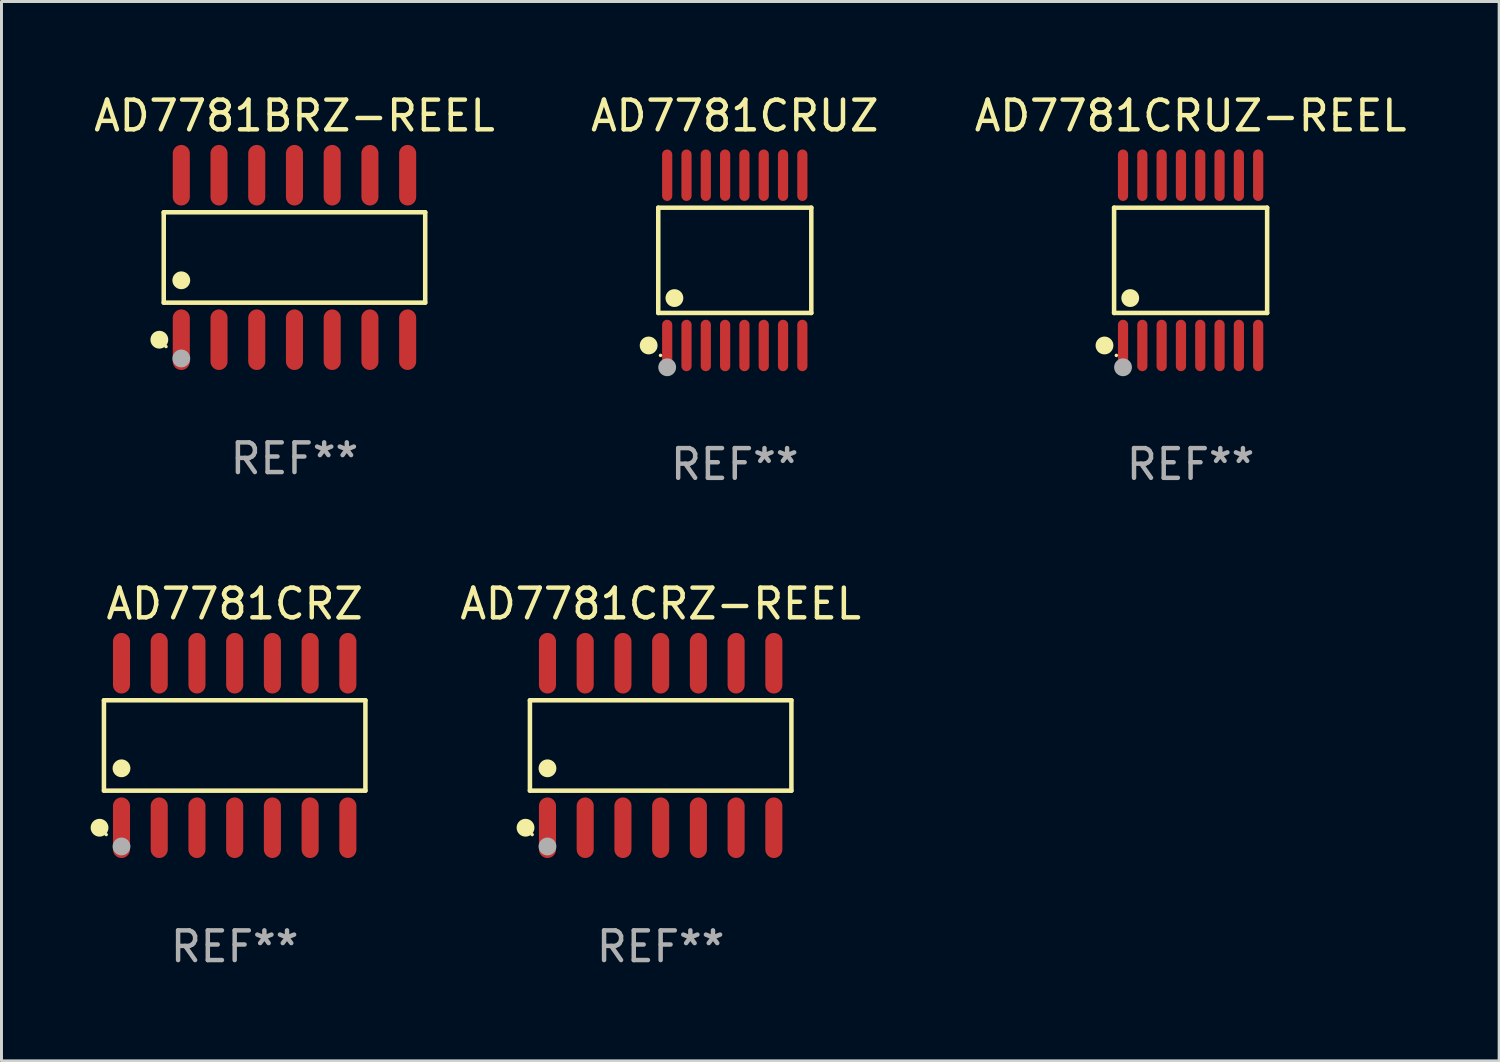
<source format=kicad_pcb>
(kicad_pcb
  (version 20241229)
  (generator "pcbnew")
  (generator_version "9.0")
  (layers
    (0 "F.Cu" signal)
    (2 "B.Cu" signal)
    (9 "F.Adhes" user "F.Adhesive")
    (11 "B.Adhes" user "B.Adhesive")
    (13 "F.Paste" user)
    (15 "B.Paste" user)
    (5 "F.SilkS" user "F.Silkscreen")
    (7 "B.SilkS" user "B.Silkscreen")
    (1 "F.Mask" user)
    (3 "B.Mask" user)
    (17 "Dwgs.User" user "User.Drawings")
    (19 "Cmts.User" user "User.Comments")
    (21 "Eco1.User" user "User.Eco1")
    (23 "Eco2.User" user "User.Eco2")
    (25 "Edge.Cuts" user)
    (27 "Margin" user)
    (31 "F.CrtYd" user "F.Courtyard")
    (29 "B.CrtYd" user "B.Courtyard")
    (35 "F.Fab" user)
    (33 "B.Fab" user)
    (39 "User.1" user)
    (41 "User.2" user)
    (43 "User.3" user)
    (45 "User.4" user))
  (footprint "AD7781CRZ-REEL"
    (layer "F.Cu")
    (at 19.19 22.045)
    (property "Reference" "AD7781CRZ-REEL" (at 0 -4.769 0) (layer "F.SilkS") (effects (font (size 1 1) (thickness 0.15))))
    (attr through_hole)
    (fp_line (start -4.401 -1.521) (end 4.401 -1.521) (stroke (width 0.152) (type solid)) (layer "F.SilkS"))
    (fp_line (start -4.401 1.521) (end -4.401 -1.521) (stroke (width 0.152) (type solid)) (layer "F.SilkS"))
    (fp_line (start 4.401 -1.521) (end 4.401 1.521) (stroke (width 0.152) (type solid)) (layer "F.SilkS"))
    (fp_line (start 4.401 1.521) (end -4.401 1.521) (stroke (width 0.152) (type solid)) (layer "F.SilkS"))
    (fp_circle (center -4.549 2.769) (end -4.399 2.769) (stroke (width 0.3) (type solid)) (fill no) (layer "F.SilkS"))
    (fp_circle (center -4.325 3) (end -4.295 3) (stroke (width 0.06) (type solid)) (fill no) (layer "F.SilkS"))
    (fp_circle (center -3.81 0.769) (end -3.66 0.769) (stroke (width 0.3) (type solid)) (fill no) (layer "F.SilkS"))
    (fp_circle (center -3.81 3.4) (end -3.66 3.4) (stroke (width 0.3) (type solid)) (fill no) (layer "F.Fab"))
    (fp_text user "REF**" (at 0 6.769 0) (layer "F.Fab") (effects (font (size 1 1) (thickness 0.15))))
    (pad "1" smd oval (at -3.81 2.769) (size 0.574 2.038) (layers "F.Cu" "F.Mask" "F.Paste"))
    (pad "2" smd oval (at -2.54 2.769) (size 0.574 2.038) (layers "F.Cu" "F.Mask" "F.Paste"))
    (pad "3" smd oval (at -1.27 2.769) (size 0.574 2.038) (layers "F.Cu" "F.Mask" "F.Paste"))
    (pad "4" smd oval (at 0 2.769) (size 0.574 2.038) (layers "F.Cu" "F.Mask" "F.Paste"))
    (pad "5" smd oval (at 1.27 2.769) (size 0.574 2.038) (layers "F.Cu" "F.Mask" "F.Paste"))
    (pad "6" smd oval (at 2.54 2.769) (size 0.574 2.038) (layers "F.Cu" "F.Mask" "F.Paste"))
    (pad "7" smd oval (at 3.81 2.769) (size 0.574 2.038) (layers "F.Cu" "F.Mask" "F.Paste"))
    (pad "8" smd oval (at 3.81 -2.769) (size 0.574 2.038) (layers "F.Cu" "F.Mask" "F.Paste"))
    (pad "9" smd oval (at 2.54 -2.769) (size 0.574 2.038) (layers "F.Cu" "F.Mask" "F.Paste"))
    (pad "10" smd oval (at 1.27 -2.769) (size 0.574 2.038) (layers "F.Cu" "F.Mask" "F.Paste"))
    (pad "11" smd oval (at 0 -2.769) (size 0.574 2.038) (layers "F.Cu" "F.Mask" "F.Paste"))
    (pad "12" smd oval (at -1.27 -2.769) (size 0.574 2.038) (layers "F.Cu" "F.Mask" "F.Paste"))
    (pad "13" smd oval (at -2.54 -2.769) (size 0.574 2.038) (layers "F.Cu" "F.Mask" "F.Paste"))
    (pad "14" smd oval (at -3.81 -2.769) (size 0.574 2.038) (layers "F.Cu" "F.Mask" "F.Paste")))
  (footprint "AD7781CRUZ"
    (layer "F.Cu")
    (at 21.685 5.714)
    (property "Reference" "AD7781CRUZ" (at 0 -4.866 0) (layer "F.SilkS") (effects (font (size 1 1) (thickness 0.15))))
    (attr through_hole)
    (fp_line (start -2.576 -1.772) (end 2.576 -1.772) (stroke (width 0.152) (type solid)) (layer "F.SilkS"))
    (fp_line (start -2.576 1.771) (end -2.576 -1.772) (stroke (width 0.152) (type solid)) (layer "F.SilkS"))
    (fp_line (start 2.576 -1.772) (end 2.576 1.771) (stroke (width 0.152) (type solid)) (layer "F.SilkS"))
    (fp_line (start 2.576 1.771) (end -2.576 1.771) (stroke (width 0.152) (type solid)) (layer "F.SilkS"))
    (fp_circle (center -2.899 2.866) (end -2.749 2.866) (stroke (width 0.3) (type solid)) (fill no) (layer "F.SilkS"))
    (fp_circle (center -2.5 3.2) (end -2.47 3.2) (stroke (width 0.06) (type solid)) (fill no) (layer "F.SilkS"))
    (fp_circle (center -2.032 1.27) (end -1.882 1.27) (stroke (width 0.3) (type solid)) (fill no) (layer "F.SilkS"))
    (fp_circle (center -2.275 3.6) (end -2.125 3.6) (stroke (width 0.3) (type solid)) (fill no) (layer "F.Fab"))
    (fp_text user "REF**" (at 0 6.866 0) (layer "F.Fab") (effects (font (size 1 1) (thickness 0.15))))
    (pad "1" smd oval (at -2.275 2.866) (size 0.343 1.731) (layers "F.Cu" "F.Mask" "F.Paste"))
    (pad "2" smd oval (at -1.625 2.866) (size 0.343 1.731) (layers "F.Cu" "F.Mask" "F.Paste"))
    (pad "3" smd oval (at -0.975 2.866) (size 0.343 1.731) (layers "F.Cu" "F.Mask" "F.Paste"))
    (pad "4" smd oval (at -0.325 2.866) (size 0.343 1.731) (layers "F.Cu" "F.Mask" "F.Paste"))
    (pad "5" smd oval (at 0.325 2.866) (size 0.343 1.731) (layers "F.Cu" "F.Mask" "F.Paste"))
    (pad "6" smd oval (at 0.975 2.866) (size 0.343 1.731) (layers "F.Cu" "F.Mask" "F.Paste"))
    (pad "7" smd oval (at 1.625 2.866) (size 0.343 1.731) (layers "F.Cu" "F.Mask" "F.Paste"))
    (pad "8" smd oval (at 2.275 2.866) (size 0.343 1.731) (layers "F.Cu" "F.Mask" "F.Paste"))
    (pad "9" smd oval (at 2.275 -2.866) (size 0.343 1.731) (layers "F.Cu" "F.Mask" "F.Paste"))
    (pad "10" smd oval (at 1.625 -2.866) (size 0.343 1.731) (layers "F.Cu" "F.Mask" "F.Paste"))
    (pad "11" smd oval (at 0.975 -2.866) (size 0.343 1.731) (layers "F.Cu" "F.Mask" "F.Paste"))
    (pad "12" smd oval (at 0.325 -2.866) (size 0.343 1.731) (layers "F.Cu" "F.Mask" "F.Paste"))
    (pad "13" smd oval (at -0.325 -2.866) (size 0.343 1.731) (layers "F.Cu" "F.Mask" "F.Paste"))
    (pad "14" smd oval (at -0.975 -2.866) (size 0.343 1.731) (layers "F.Cu" "F.Mask" "F.Paste"))
    (pad "15" smd oval (at -1.625 -2.866) (size 0.343 1.731) (layers "F.Cu" "F.Mask" "F.Paste"))
    (pad "16" smd oval (at -2.275 -2.866) (size 0.343 1.731) (layers "F.Cu" "F.Mask" "F.Paste")))
  (footprint "AD7781CRUZ-REEL"
    (layer "F.Cu")
    (at 37.03 5.714)
    (property "Reference" "AD7781CRUZ-REEL" (at 0 -4.866 0) (layer "F.SilkS") (effects (font (size 1 1) (thickness 0.15))))
    (attr through_hole)
    (fp_line (start -2.576 -1.772) (end 2.576 -1.772) (stroke (width 0.152) (type solid)) (layer "F.SilkS"))
    (fp_line (start -2.576 1.771) (end -2.576 -1.772) (stroke (width 0.152) (type solid)) (layer "F.SilkS"))
    (fp_line (start 2.576 -1.772) (end 2.576 1.771) (stroke (width 0.152) (type solid)) (layer "F.SilkS"))
    (fp_line (start 2.576 1.771) (end -2.576 1.771) (stroke (width 0.152) (type solid)) (layer "F.SilkS"))
    (fp_circle (center -2.899 2.866) (end -2.749 2.866) (stroke (width 0.3) (type solid)) (fill no) (layer "F.SilkS"))
    (fp_circle (center -2.5 3.2) (end -2.47 3.2) (stroke (width 0.06) (type solid)) (fill no) (layer "F.SilkS"))
    (fp_circle (center -2.032 1.27) (end -1.882 1.27) (stroke (width 0.3) (type solid)) (fill no) (layer "F.SilkS"))
    (fp_circle (center -2.275 3.6) (end -2.125 3.6) (stroke (width 0.3) (type solid)) (fill no) (layer "F.Fab"))
    (fp_text user "REF**" (at 0 6.866 0) (layer "F.Fab") (effects (font (size 1 1) (thickness 0.15))))
    (pad "1" smd oval (at -2.275 2.866) (size 0.343 1.731) (layers "F.Cu" "F.Mask" "F.Paste"))
    (pad "2" smd oval (at -1.625 2.866) (size 0.343 1.731) (layers "F.Cu" "F.Mask" "F.Paste"))
    (pad "3" smd oval (at -0.975 2.866) (size 0.343 1.731) (layers "F.Cu" "F.Mask" "F.Paste"))
    (pad "4" smd oval (at -0.325 2.866) (size 0.343 1.731) (layers "F.Cu" "F.Mask" "F.Paste"))
    (pad "5" smd oval (at 0.325 2.866) (size 0.343 1.731) (layers "F.Cu" "F.Mask" "F.Paste"))
    (pad "6" smd oval (at 0.975 2.866) (size 0.343 1.731) (layers "F.Cu" "F.Mask" "F.Paste"))
    (pad "7" smd oval (at 1.625 2.866) (size 0.343 1.731) (layers "F.Cu" "F.Mask" "F.Paste"))
    (pad "8" smd oval (at 2.275 2.866) (size 0.343 1.731) (layers "F.Cu" "F.Mask" "F.Paste"))
    (pad "9" smd oval (at 2.275 -2.866) (size 0.343 1.731) (layers "F.Cu" "F.Mask" "F.Paste"))
    (pad "10" smd oval (at 1.625 -2.866) (size 0.343 1.731) (layers "F.Cu" "F.Mask" "F.Paste"))
    (pad "11" smd oval (at 0.975 -2.866) (size 0.343 1.731) (layers "F.Cu" "F.Mask" "F.Paste"))
    (pad "12" smd oval (at 0.325 -2.866) (size 0.343 1.731) (layers "F.Cu" "F.Mask" "F.Paste"))
    (pad "13" smd oval (at -0.325 -2.866) (size 0.343 1.731) (layers "F.Cu" "F.Mask" "F.Paste"))
    (pad "14" smd oval (at -0.975 -2.866) (size 0.343 1.731) (layers "F.Cu" "F.Mask" "F.Paste"))
    (pad "15" smd oval (at -1.625 -2.866) (size 0.343 1.731) (layers "F.Cu" "F.Mask" "F.Paste"))
    (pad "16" smd oval (at -2.275 -2.866) (size 0.343 1.731) (layers "F.Cu" "F.Mask" "F.Paste")))
  (footprint "AD7781CRZ"
    (layer "F.Cu")
    (at 4.85 22.045)
    (property "Reference" "AD7781CRZ" (at 0 -4.769 0) (layer "F.SilkS") (effects (font (size 1 1) (thickness 0.15))))
    (attr through_hole)
    (fp_line (start -4.401 -1.521) (end 4.401 -1.521) (stroke (width 0.152) (type solid)) (layer "F.SilkS"))
    (fp_line (start -4.401 1.521) (end -4.401 -1.521) (stroke (width 0.152) (type solid)) (layer "F.SilkS"))
    (fp_line (start 4.401 -1.521) (end 4.401 1.521) (stroke (width 0.152) (type solid)) (layer "F.SilkS"))
    (fp_line (start 4.401 1.521) (end -4.401 1.521) (stroke (width 0.152) (type solid)) (layer "F.SilkS"))
    (fp_circle (center -4.549 2.769) (end -4.399 2.769) (stroke (width 0.3) (type solid)) (fill no) (layer "F.SilkS"))
    (fp_circle (center -4.325 3) (end -4.295 3) (stroke (width 0.06) (type solid)) (fill no) (layer "F.SilkS"))
    (fp_circle (center -3.81 0.769) (end -3.66 0.769) (stroke (width 0.3) (type solid)) (fill no) (layer "F.SilkS"))
    (fp_circle (center -3.81 3.4) (end -3.66 3.4) (stroke (width 0.3) (type solid)) (fill no) (layer "F.Fab"))
    (fp_text user "REF**" (at 0 6.769 0) (layer "F.Fab") (effects (font (size 1 1) (thickness 0.15))))
    (pad "1" smd oval (at -3.81 2.769) (size 0.574 2.038) (layers "F.Cu" "F.Mask" "F.Paste"))
    (pad "2" smd oval (at -2.54 2.769) (size 0.574 2.038) (layers "F.Cu" "F.Mask" "F.Paste"))
    (pad "3" smd oval (at -1.27 2.769) (size 0.574 2.038) (layers "F.Cu" "F.Mask" "F.Paste"))
    (pad "4" smd oval (at 0 2.769) (size 0.574 2.038) (layers "F.Cu" "F.Mask" "F.Paste"))
    (pad "5" smd oval (at 1.27 2.769) (size 0.574 2.038) (layers "F.Cu" "F.Mask" "F.Paste"))
    (pad "6" smd oval (at 2.54 2.769) (size 0.574 2.038) (layers "F.Cu" "F.Mask" "F.Paste"))
    (pad "7" smd oval (at 3.81 2.769) (size 0.574 2.038) (layers "F.Cu" "F.Mask" "F.Paste"))
    (pad "8" smd oval (at 3.81 -2.769) (size 0.574 2.038) (layers "F.Cu" "F.Mask" "F.Paste"))
    (pad "9" smd oval (at 2.54 -2.769) (size 0.574 2.038) (layers "F.Cu" "F.Mask" "F.Paste"))
    (pad "10" smd oval (at 1.27 -2.769) (size 0.574 2.038) (layers "F.Cu" "F.Mask" "F.Paste"))
    (pad "11" smd oval (at 0 -2.769) (size 0.574 2.038) (layers "F.Cu" "F.Mask" "F.Paste"))
    (pad "12" smd oval (at -1.27 -2.769) (size 0.574 2.038) (layers "F.Cu" "F.Mask" "F.Paste"))
    (pad "13" smd oval (at -2.54 -2.769) (size 0.574 2.038) (layers "F.Cu" "F.Mask" "F.Paste"))
    (pad "14" smd oval (at -3.81 -2.769) (size 0.574 2.038) (layers "F.Cu" "F.Mask" "F.Paste")))
  (footprint "AD7781BRZ-REEL"
    (layer "F.Cu")
    (at 6.863 5.617)
    (property "Reference" "AD7781BRZ-REEL" (at 0 -4.769 0) (layer "F.SilkS") (effects (font (size 1 1) (thickness 0.15))))
    (attr through_hole)
    (fp_line (start -4.401 -1.521) (end 4.401 -1.521) (stroke (width 0.152) (type solid)) (layer "F.SilkS"))
    (fp_line (start -4.401 1.521) (end -4.401 -1.521) (stroke (width 0.152) (type solid)) (layer "F.SilkS"))
    (fp_line (start 4.401 -1.521) (end 4.401 1.521) (stroke (width 0.152) (type solid)) (layer "F.SilkS"))
    (fp_line (start 4.401 1.521) (end -4.401 1.521) (stroke (width 0.152) (type solid)) (layer "F.SilkS"))
    (fp_circle (center -4.549 2.769) (end -4.399 2.769) (stroke (width 0.3) (type solid)) (fill no) (layer "F.SilkS"))
    (fp_circle (center -4.325 3) (end -4.295 3) (stroke (width 0.06) (type solid)) (fill no) (layer "F.SilkS"))
    (fp_circle (center -3.81 0.769) (end -3.66 0.769) (stroke (width 0.3) (type solid)) (fill no) (layer "F.SilkS"))
    (fp_circle (center -3.81 3.4) (end -3.66 3.4) (stroke (width 0.3) (type solid)) (fill no) (layer "F.Fab"))
    (fp_text user "REF**" (at 0 6.769 0) (layer "F.Fab") (effects (font (size 1 1) (thickness 0.15))))
    (pad "1" smd oval (at -3.81 2.769) (size 0.574 2.038) (layers "F.Cu" "F.Mask" "F.Paste"))
    (pad "2" smd oval (at -2.54 2.769) (size 0.574 2.038) (layers "F.Cu" "F.Mask" "F.Paste"))
    (pad "3" smd oval (at -1.27 2.769) (size 0.574 2.038) (layers "F.Cu" "F.Mask" "F.Paste"))
    (pad "4" smd oval (at 0 2.769) (size 0.574 2.038) (layers "F.Cu" "F.Mask" "F.Paste"))
    (pad "5" smd oval (at 1.27 2.769) (size 0.574 2.038) (layers "F.Cu" "F.Mask" "F.Paste"))
    (pad "6" smd oval (at 2.54 2.769) (size 0.574 2.038) (layers "F.Cu" "F.Mask" "F.Paste"))
    (pad "7" smd oval (at 3.81 2.769) (size 0.574 2.038) (layers "F.Cu" "F.Mask" "F.Paste"))
    (pad "8" smd oval (at 3.81 -2.769) (size 0.574 2.038) (layers "F.Cu" "F.Mask" "F.Paste"))
    (pad "9" smd oval (at 2.54 -2.769) (size 0.574 2.038) (layers "F.Cu" "F.Mask" "F.Paste"))
    (pad "10" smd oval (at 1.27 -2.769) (size 0.574 2.038) (layers "F.Cu" "F.Mask" "F.Paste"))
    (pad "11" smd oval (at 0 -2.769) (size 0.574 2.038) (layers "F.Cu" "F.Mask" "F.Paste"))
    (pad "12" smd oval (at -1.27 -2.769) (size 0.574 2.038) (layers "F.Cu" "F.Mask" "F.Paste"))
    (pad "13" smd oval (at -2.54 -2.769) (size 0.574 2.038) (layers "F.Cu" "F.Mask" "F.Paste"))
    (pad "14" smd oval (at -3.81 -2.769) (size 0.574 2.038) (layers "F.Cu" "F.Mask" "F.Paste")))
  (gr_rect
    (start -3 -3)
    (end 47.417 32.663)
    (stroke (width 0.1) (type default))
    (fill no)
    (layer "Edge.Cuts")))
</source>
